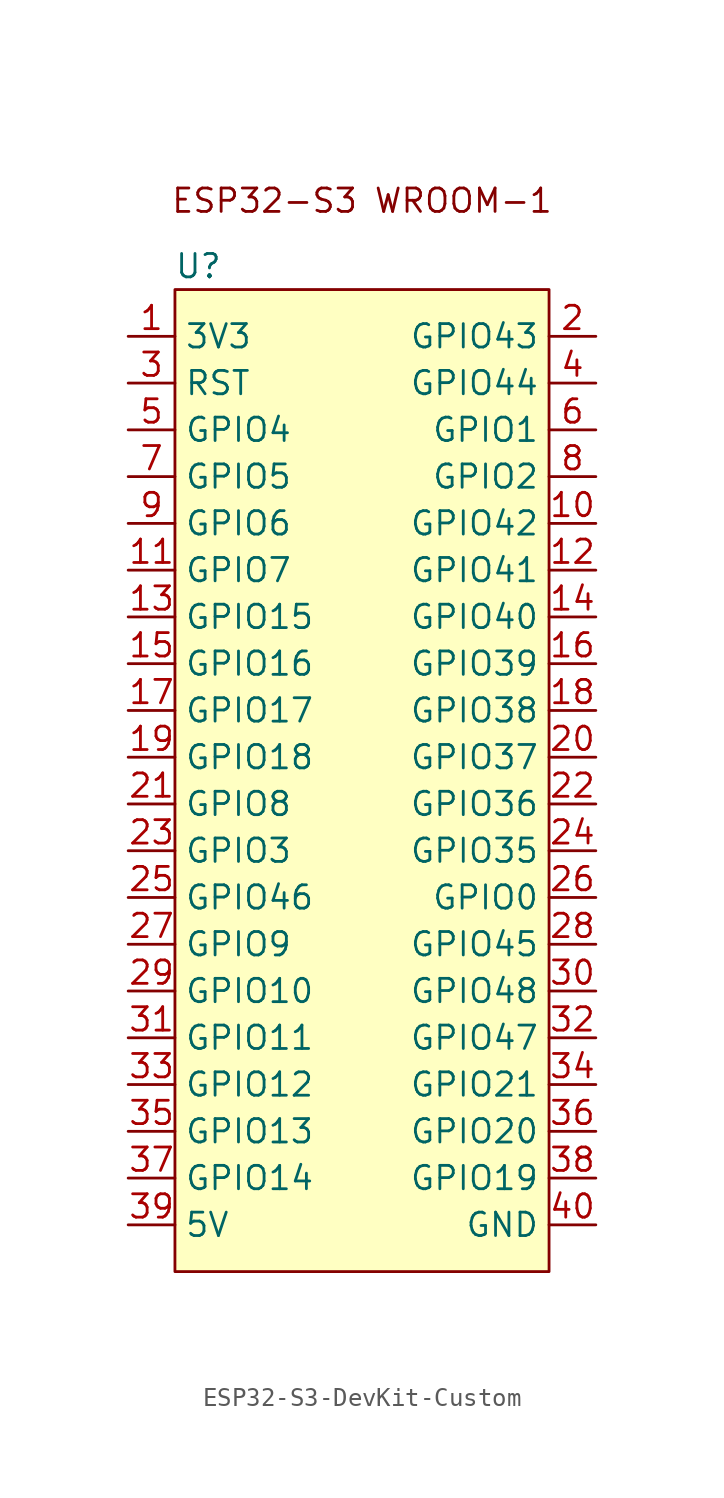
<source format=kicad_sym>
(kicad_symbol_lib
  (version 20241209)
  (generator "kicad_symbol_editor")
  (generator_version "9.0")
  (symbol "ESP32-S3-DevKit-Custom"
    (property "Reference" "U"
      (at -8.89 8.89 0)
      (effects (font (size 1.27 1.27))))
    (property "Value" ""
      (at 0 0 0)
      (effects (font (size 1.27 1.27))))
    (symbol "ESP32-S3-DevKit-Custom_1_1"
      (rectangle (start -10.16 7.62) (end 10.16 -45.72) (stroke (width 0) (type solid)) (fill (type background)))
      (text "ESP32-S3 WROOM-1" (at 0 12.446 0) (effects (font (size 1.27 1.27))))
      (pin passive line (at -12.7 5.08 0) (length 2.54) (name "3V3" (effects (font (size 1.27 1.27)))) (number "1" (effects (font (size 1.27 1.27)))))
      (pin passive line (at -12.7 2.54 0) (length 2.54) (name "RST" (effects (font (size 1.27 1.27)))) (number "3" (effects (font (size 1.27 1.27)))))
      (pin passive line (at -12.7 0 0) (length 2.54) (name "GPIO4" (effects (font (size 1.27 1.27)))) (number "5" (effects (font (size 1.27 1.27)))))
      (pin passive line (at -12.7 -2.54 0) (length 2.54) (name "GPIO5" (effects (font (size 1.27 1.27)))) (number "7" (effects (font (size 1.27 1.27)))))
      (pin passive line (at -12.7 -5.08 0) (length 2.54) (name "GPIO6" (effects (font (size 1.27 1.27)))) (number "9" (effects (font (size 1.27 1.27)))))
      (pin passive line (at -12.7 -7.62 0) (length 2.54) (name "GPIO7" (effects (font (size 1.27 1.27)))) (number "11" (effects (font (size 1.27 1.27)))))
      (pin passive line (at -12.7 -10.16 0) (length 2.54) (name "GPIO15" (effects (font (size 1.27 1.27)))) (number "13" (effects (font (size 1.27 1.27)))))
      (pin passive line (at -12.7 -12.7 0) (length 2.54) (name "GPIO16" (effects (font (size 1.27 1.27)))) (number "15" (effects (font (size 1.27 1.27)))))
      (pin passive line (at -12.7 -15.24 0) (length 2.54) (name "GPIO17" (effects (font (size 1.27 1.27)))) (number "17" (effects (font (size 1.27 1.27)))))
      (pin passive line (at -12.7 -17.78 0) (length 2.54) (name "GPIO18" (effects (font (size 1.27 1.27)))) (number "19" (effects (font (size 1.27 1.27)))))
      (pin passive line (at -12.7 -20.32 0) (length 2.54) (name "GPIO8" (effects (font (size 1.27 1.27)))) (number "21" (effects (font (size 1.27 1.27)))))
      (pin passive line (at -12.7 -22.86 0) (length 2.54) (name "GPIO3" (effects (font (size 1.27 1.27)))) (number "23" (effects (font (size 1.27 1.27)))))
      (pin passive line (at -12.7 -25.4 0) (length 2.54) (name "GPIO46" (effects (font (size 1.27 1.27)))) (number "25" (effects (font (size 1.27 1.27)))))
      (pin passive line (at -12.7 -27.94 0) (length 2.54) (name "GPIO9" (effects (font (size 1.27 1.27)))) (number "27" (effects (font (size 1.27 1.27)))))
      (pin passive line (at -12.7 -30.48 0) (length 2.54) (name "GPIO10" (effects (font (size 1.27 1.27)))) (number "29" (effects (font (size 1.27 1.27)))))
      (pin passive line (at -12.7 -33.02 0) (length 2.54) (name "GPIO11" (effects (font (size 1.27 1.27)))) (number "31" (effects (font (size 1.27 1.27)))))
      (pin passive line (at -12.7 -35.56 0) (length 2.54) (name "GPIO12" (effects (font (size 1.27 1.27)))) (number "33" (effects (font (size 1.27 1.27)))))
      (pin passive line (at -12.7 -38.1 0) (length 2.54) (name "GPIO13" (effects (font (size 1.27 1.27)))) (number "35" (effects (font (size 1.27 1.27)))))
      (pin passive line (at -12.7 -40.64 0) (length 2.54) (name "GPIO14" (effects (font (size 1.27 1.27)))) (number "37" (effects (font (size 1.27 1.27)))))
      (pin passive line (at -12.7 -43.18 0) (length 2.54) (name "5V" (effects (font (size 1.27 1.27)))) (number "39" (effects (font (size 1.27 1.27)))))
      (pin passive line (at 12.7 5.08 180) (length 2.54) (name "GPIO43" (effects (font (size 1.27 1.27)))) (number "2" (effects (font (size 1.27 1.27)))))
      (pin passive line (at 12.7 2.54 180) (length 2.54) (name "GPIO44" (effects (font (size 1.27 1.27)))) (number "4" (effects (font (size 1.27 1.27)))))
      (pin passive line (at 12.7 0 180) (length 2.54) (name "GPIO1" (effects (font (size 1.27 1.27)))) (number "6" (effects (font (size 1.27 1.27)))))
      (pin passive line (at 12.7 -2.54 180) (length 2.54) (name "GPIO2" (effects (font (size 1.27 1.27)))) (number "8" (effects (font (size 1.27 1.27)))))
      (pin passive line (at 12.7 -5.08 180) (length 2.54) (name "GPIO42" (effects (font (size 1.27 1.27)))) (number "10" (effects (font (size 1.27 1.27)))))
      (pin passive line (at 12.7 -7.62 180) (length 2.54) (name "GPIO41" (effects (font (size 1.27 1.27)))) (number "12" (effects (font (size 1.27 1.27)))))
      (pin passive line (at 12.7 -10.16 180) (length 2.54) (name "GPIO40" (effects (font (size 1.27 1.27)))) (number "14" (effects (font (size 1.27 1.27)))))
      (pin passive line (at 12.7 -12.7 180) (length 2.54) (name "GPIO39" (effects (font (size 1.27 1.27)))) (number "16" (effects (font (size 1.27 1.27)))))
      (pin passive line (at 12.7 -15.24 180) (length 2.54) (name "GPIO38" (effects (font (size 1.27 1.27)))) (number "18" (effects (font (size 1.27 1.27)))))
      (pin passive line (at 12.7 -17.78 180) (length 2.54) (name "GPIO37" (effects (font (size 1.27 1.27)))) (number "20" (effects (font (size 1.27 1.27)))))
      (pin passive line (at 12.7 -20.32 180) (length 2.54) (name "GPIO36" (effects (font (size 1.27 1.27)))) (number "22" (effects (font (size 1.27 1.27)))))
      (pin passive line (at 12.7 -22.86 180) (length 2.54) (name "GPIO35" (effects (font (size 1.27 1.27)))) (number "24" (effects (font (size 1.27 1.27)))))
      (pin passive line (at 12.7 -25.4 180) (length 2.54) (name "GPIO0" (effects (font (size 1.27 1.27)))) (number "26" (effects (font (size 1.27 1.27)))))
      (pin passive line (at 12.7 -27.94 180) (length 2.54) (name "GPIO45" (effects (font (size 1.27 1.27)))) (number "28" (effects (font (size 1.27 1.27)))))
      (pin passive line (at 12.7 -30.48 180) (length 2.54) (name "GPIO48" (effects (font (size 1.27 1.27)))) (number "30" (effects (font (size 1.27 1.27)))))
      (pin passive line (at 12.7 -33.02 180) (length 2.54) (name "GPIO47" (effects (font (size 1.27 1.27)))) (number "32" (effects (font (size 1.27 1.27)))))
      (pin passive line (at 12.7 -35.56 180) (length 2.54) (name "GPIO21" (effects (font (size 1.27 1.27)))) (number "34" (effects (font (size 1.27 1.27)))))
      (pin passive line (at 12.7 -38.1 180) (length 2.54) (name "GPIO20" (effects (font (size 1.27 1.27)))) (number "36" (effects (font (size 1.27 1.27)))))
      (pin passive line (at 12.7 -40.64 180) (length 2.54) (name "GPIO19" (effects (font (size 1.27 1.27)))) (number "38" (effects (font (size 1.27 1.27)))))
      (pin passive line (at 12.7 -43.18 180) (length 2.54) (name "GND" (effects (font (size 1.27 1.27)))) (number "40" (effects (font (size 1.27 1.27))))))))
</source>
